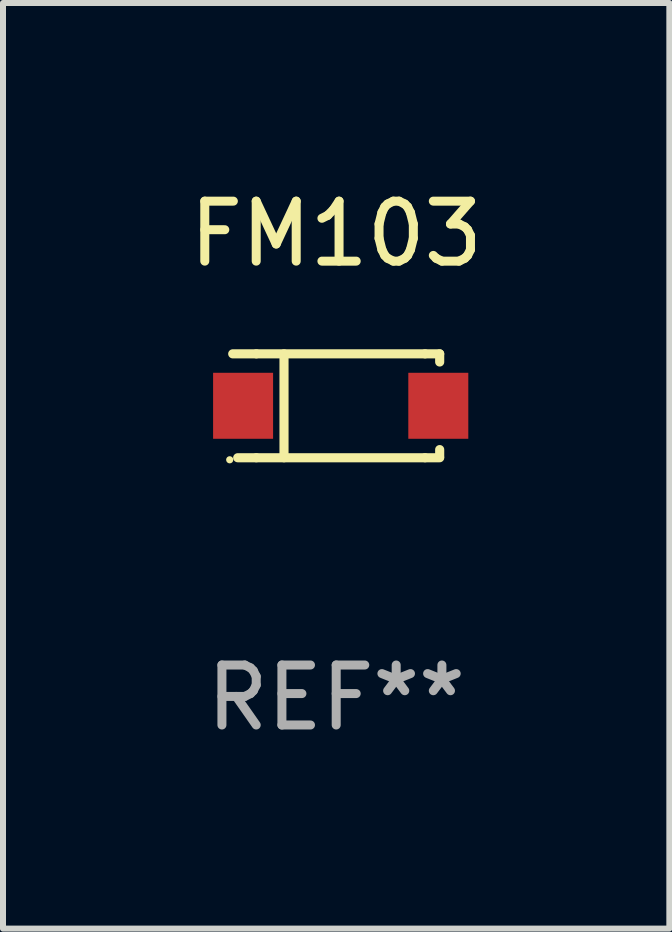
<source format=kicad_pcb>
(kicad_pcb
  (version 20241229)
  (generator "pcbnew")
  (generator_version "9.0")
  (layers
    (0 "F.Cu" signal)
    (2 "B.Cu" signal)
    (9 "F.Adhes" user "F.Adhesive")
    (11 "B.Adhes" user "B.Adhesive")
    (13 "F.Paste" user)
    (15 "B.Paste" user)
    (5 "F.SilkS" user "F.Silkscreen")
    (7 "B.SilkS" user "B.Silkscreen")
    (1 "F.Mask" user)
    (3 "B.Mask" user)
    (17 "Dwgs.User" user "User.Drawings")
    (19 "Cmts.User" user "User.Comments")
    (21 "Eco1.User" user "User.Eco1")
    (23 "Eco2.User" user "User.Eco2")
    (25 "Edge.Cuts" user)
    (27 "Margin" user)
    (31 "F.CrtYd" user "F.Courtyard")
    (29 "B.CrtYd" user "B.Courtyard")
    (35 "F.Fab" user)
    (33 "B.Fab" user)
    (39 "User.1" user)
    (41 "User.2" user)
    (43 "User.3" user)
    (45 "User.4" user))
  (footprint "FM103"
    (layer "F.Cu")
    (at 2.554 3.714)
    (property "Reference" "FM103" (at 0 -2.866 0) (layer "F.SilkS") (effects (font (size 1 1) (thickness 0.15))))
    (attr through_hole)
    (fp_line (start -1.332 0.866) (end -1.642 0.866) (stroke (width 0.152) (type solid)) (layer "F.SilkS"))
    (fp_line (start -1.331 -0.866) (end -1.725 -0.866) (stroke (width 0.152) (type solid)) (layer "F.SilkS"))
    (fp_line (start -1.331 -0.866) (end 1.481 -0.866) (stroke (width 0.152) (type solid)) (layer "F.SilkS"))
    (fp_line (start -1.331 0.866) (end 1.481 0.866) (stroke (width 0.152) (type solid)) (layer "F.SilkS"))
    (fp_line (start -0.87 -0.866) (end -0.87 0.866) (stroke (width 0.152) (type solid)) (layer "F.SilkS"))
    (fp_line (start 1.481 -0.866) (end 1.725 -0.866) (stroke (width 0.152) (type solid)) (layer "F.SilkS"))
    (fp_line (start 1.481 0.866) (end 1.725 0.866) (stroke (width 0.152) (type solid)) (layer "F.SilkS"))
    (fp_line (start 1.725 -0.866) (end 1.725 -0.73) (stroke (width 0.152) (type solid)) (layer "F.SilkS"))
    (fp_line (start 1.725 0.73) (end 1.725 0.85) (stroke (width 0.152) (type solid)) (layer "F.SilkS"))
    (fp_circle (center -1.775 0.9) (end -1.745 0.9) (stroke (width 0.06) (type solid)) (fill no) (layer "F.SilkS"))
    (fp_text user "REF**" (at 0 4.866 0) (layer "F.Fab") (effects (font (size 1 1) (thickness 0.15))))
    (pad "1" smd rect (at -1.552 0) (size 1 1.1) (layers "F.Cu" "F.Mask" "F.Paste"))
    (pad "2" smd rect (at 1.702 0) (size 1 1.1) (layers "F.Cu" "F.Mask" "F.Paste")))
  (gr_rect
    (start -3 -3)
    (end 8.107 12.429)
    (stroke (width 0.1) (type default))
    (fill no)
    (layer "Edge.Cuts")))
</source>
